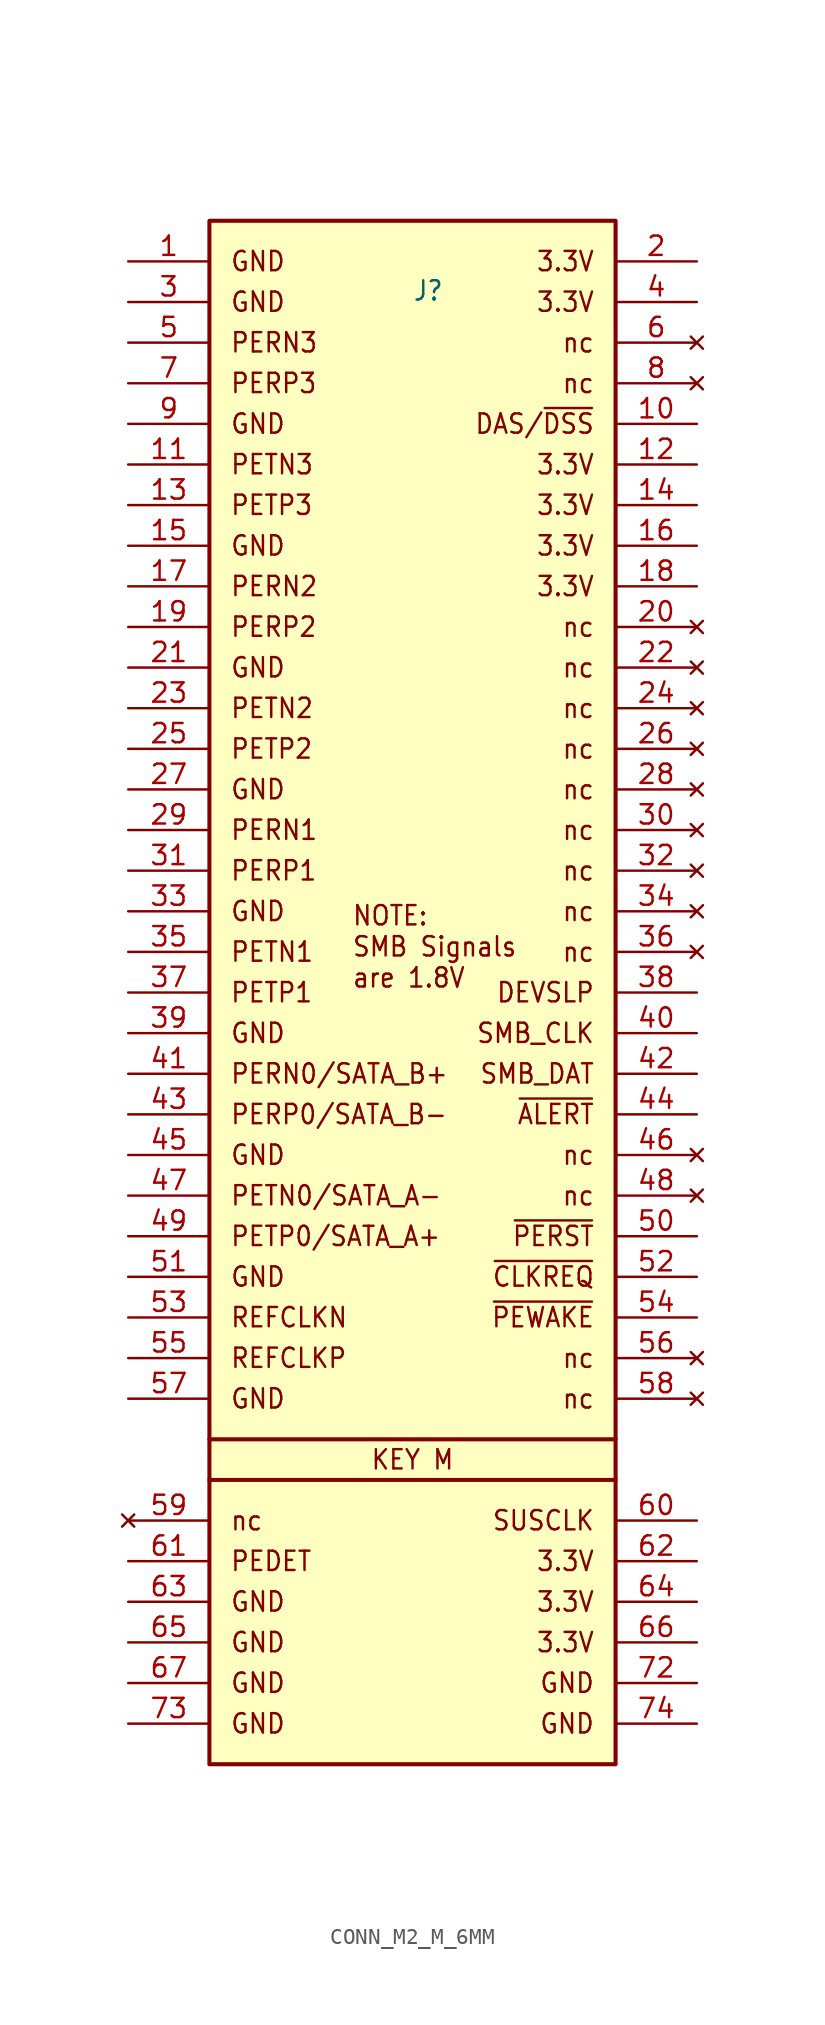
<source format=kicad_sym>
(kicad_symbol_lib
  (version 20231120)
  (generator "kicad_symbol_editor")
  (generator_version "8.0")
  (symbol "CONN_M2_M_6MM"
    (property "Reference" "J"
      (at 17.78 88.9 0)
      (effects (font (size 1.206 1.092) (thickness 0.152)) (justify left bottom)))
    (symbol "CONN_M2_M_6MM_0_1"
      (polyline (pts (xy 5.08 15.24) (xy 30.48 15.24)) (stroke (width 0.254) (type default)) (fill (type none))))
    (symbol "CONN_M2_M_6MM_1_0"
      (polyline (pts (xy 5.08 17.78) (xy 30.48 17.78)) (stroke (width 0.254) (type solid)) (fill (type none)))
      (polyline (pts (xy 5.08 -2.54) (xy 30.48 -2.54) (xy 30.48 93.98) (xy 5.08 93.98) (xy 5.08 -2.54)) (stroke (width 0.254) (type solid)) (fill (type background)))
      (text "3.3V" (at 29.21 5.08 0) (effects (font (size 1.206 1.092) (thickness 0.152)) (justify right)))
      (text "3.3V" (at 29.21 7.62 0) (effects (font (size 1.206 1.092) (thickness 0.152)) (justify right)))
      (text "3.3V" (at 29.21 10.16 0) (effects (font (size 1.206 1.092) (thickness 0.152)) (justify right)))
      (text "3.3V" (at 29.21 71.12 0) (effects (font (size 1.206 1.092) (thickness 0.152)) (justify right)))
      (text "3.3V" (at 29.21 73.66 0) (effects (font (size 1.206 1.092) (thickness 0.152)) (justify right)))
      (text "3.3V" (at 29.21 76.2 0) (effects (font (size 1.206 1.092) (thickness 0.152)) (justify right)))
      (text "3.3V" (at 29.21 78.74 0) (effects (font (size 1.206 1.092) (thickness 0.152)) (justify right)))
      (text "3.3V" (at 29.21 88.9 0) (effects (font (size 1.206 1.092) (thickness 0.152)) (justify right)))
      (text "3.3V" (at 29.21 91.44 0) (effects (font (size 1.206 1.092) (thickness 0.152)) (justify right)))
      (text "are 1.8V" (at 13.97 45.942 0) (effects (font (size 1.206 1.092) (thickness 0.152)) (justify left bottom)))
      (text "DAS/~{DSS}" (at 29.21 81.28 0) (effects (font (size 1.206 1.092) (thickness 0.152)) (justify right)))
      (text "DEVSLP" (at 29.21 45.72 0) (effects (font (size 1.206 1.092) (thickness 0.152)) (justify right)))
      (text "GND" (at 6.35 0 0) (effects (font (size 1.206 1.092) (thickness 0.152)) (justify left)))
      (text "GND" (at 6.35 2.54 0) (effects (font (size 1.206 1.092) (thickness 0.152)) (justify left)))
      (text "GND" (at 6.35 5.08 0) (effects (font (size 1.206 1.092) (thickness 0.152)) (justify left)))
      (text "GND" (at 6.35 7.62 0) (effects (font (size 1.206 1.092) (thickness 0.152)) (justify left)))
      (text "GND" (at 6.35 20.32 0) (effects (font (size 1.206 1.092) (thickness 0.152)) (justify left)))
      (text "GND" (at 6.35 27.94 0) (effects (font (size 1.206 1.092) (thickness 0.152)) (justify left)))
      (text "GND" (at 6.35 35.56 0) (effects (font (size 1.206 1.092) (thickness 0.152)) (justify left)))
      (text "GND" (at 6.35 43.18 0) (effects (font (size 1.206 1.092) (thickness 0.152)) (justify left)))
      (text "GND" (at 6.35 50.8 0) (effects (font (size 1.206 1.092) (thickness 0.152)) (justify left)))
      (text "GND" (at 6.35 58.42 0) (effects (font (size 1.206 1.092) (thickness 0.152)) (justify left)))
      (text "GND" (at 6.35 66.04 0) (effects (font (size 1.206 1.092) (thickness 0.152)) (justify left)))
      (text "GND" (at 6.35 73.66 0) (effects (font (size 1.206 1.092) (thickness 0.152)) (justify left)))
      (text "GND" (at 6.35 81.28 0) (effects (font (size 1.206 1.092) (thickness 0.152)) (justify left)))
      (text "GND" (at 6.35 88.9 0) (effects (font (size 1.206 1.092) (thickness 0.152)) (justify left)))
      (text "GND" (at 6.35 91.44 0) (effects (font (size 1.206 1.092) (thickness 0.152)) (justify left)))
      (text "GND" (at 29.21 0 0) (effects (font (size 1.206 1.092) (thickness 0.152)) (justify right)))
      (text "GND" (at 29.21 2.54 0) (effects (font (size 1.206 1.092) (thickness 0.152)) (justify right)))
      (text "KEY M" (at 17.78 16.51 0) (effects (font (size 1.206 1.092) (thickness 0.152))))
      (text "nc" (at 6.35 12.7 0) (effects (font (size 1.206 1.092) (thickness 0.152)) (justify left)))
      (text "nc" (at 29.21 20.32 0) (effects (font (size 1.206 1.092) (thickness 0.152)) (justify right)))
      (text "nc" (at 29.21 22.86 0) (effects (font (size 1.206 1.092) (thickness 0.152)) (justify right)))
      (text "nc" (at 29.21 33.02 0) (effects (font (size 1.206 1.092) (thickness 0.152)) (justify right)))
      (text "nc" (at 29.21 35.56 0) (effects (font (size 1.206 1.092) (thickness 0.152)) (justify right)))
      (text "nc" (at 29.21 48.26 0) (effects (font (size 1.206 1.092) (thickness 0.152)) (justify right)))
      (text "nc" (at 29.21 50.8 0) (effects (font (size 1.206 1.092) (thickness 0.152)) (justify right)))
      (text "nc" (at 29.21 53.34 0) (effects (font (size 1.206 1.092) (thickness 0.152)) (justify right)))
      (text "nc" (at 29.21 55.88 0) (effects (font (size 1.206 1.092) (thickness 0.152)) (justify right)))
      (text "nc" (at 29.21 58.42 0) (effects (font (size 1.206 1.092) (thickness 0.152)) (justify right)))
      (text "nc" (at 29.21 60.96 0) (effects (font (size 1.206 1.092) (thickness 0.152)) (justify right)))
      (text "nc" (at 29.21 63.5 0) (effects (font (size 1.206 1.092) (thickness 0.152)) (justify right)))
      (text "nc" (at 29.21 66.04 0) (effects (font (size 1.206 1.092) (thickness 0.152)) (justify right)))
      (text "nc" (at 29.21 68.58 0) (effects (font (size 1.206 1.092) (thickness 0.152)) (justify right)))
      (text "nc" (at 29.21 83.82 0) (effects (font (size 1.206 1.092) (thickness 0.152)) (justify right)))
      (text "nc" (at 29.21 86.36 0) (effects (font (size 1.206 1.092) (thickness 0.152)) (justify right)))
      (text "NOTE:" (at 13.97 49.827 0) (effects (font (size 1.206 1.092) (thickness 0.152)) (justify left bottom)))
      (text "PEDET" (at 6.35 10.16 0) (effects (font (size 1.206 1.092) (thickness 0.152)) (justify left)))
      (text "PERN0/SATA_B+" (at 6.35 40.64 0) (effects (font (size 1.206 1.092) (thickness 0.152)) (justify left)))
      (text "PERN1" (at 6.35 55.88 0) (effects (font (size 1.206 1.092) (thickness 0.152)) (justify left)))
      (text "PERN2" (at 6.35 71.12 0) (effects (font (size 1.206 1.092) (thickness 0.152)) (justify left)))
      (text "PERN3" (at 6.35 86.36 0) (effects (font (size 1.206 1.092) (thickness 0.152)) (justify left)))
      (text "PERP0/SATA_B-" (at 6.35 38.1 0) (effects (font (size 1.206 1.092) (thickness 0.152)) (justify left)))
      (text "PERP1" (at 6.35 53.34 0) (effects (font (size 1.206 1.092) (thickness 0.152)) (justify left)))
      (text "PERP2" (at 6.35 68.58 0) (effects (font (size 1.206 1.092) (thickness 0.152)) (justify left)))
      (text "PERP3" (at 6.35 83.82 0) (effects (font (size 1.206 1.092) (thickness 0.152)) (justify left)))
      (text "PETN0/SATA_A-" (at 6.35 33.02 0) (effects (font (size 1.206 1.092) (thickness 0.152)) (justify left)))
      (text "PETN1" (at 6.35 48.26 0) (effects (font (size 1.206 1.092) (thickness 0.152)) (justify left)))
      (text "PETN2" (at 6.35 63.5 0) (effects (font (size 1.206 1.092) (thickness 0.152)) (justify left)))
      (text "PETN3" (at 6.35 78.74 0) (effects (font (size 1.206 1.092) (thickness 0.152)) (justify left)))
      (text "PETP0/SATA_A+" (at 6.35 30.48 0) (effects (font (size 1.206 1.092) (thickness 0.152)) (justify left)))
      (text "PETP1" (at 6.35 45.72 0) (effects (font (size 1.206 1.092) (thickness 0.152)) (justify left)))
      (text "PETP2" (at 6.35 60.96 0) (effects (font (size 1.206 1.092) (thickness 0.152)) (justify left)))
      (text "PETP3" (at 6.35 76.2 0) (effects (font (size 1.206 1.092) (thickness 0.152)) (justify left)))
      (text "REFCLKN" (at 6.35 25.4 0) (effects (font (size 1.206 1.092) (thickness 0.152)) (justify left)))
      (text "REFCLKP" (at 6.35 22.86 0) (effects (font (size 1.206 1.092) (thickness 0.152)) (justify left)))
      (text "SMB Signals" (at 13.97 47.884 0) (effects (font (size 1.206 1.092) (thickness 0.152)) (justify left bottom)))
      (text "SMB_CLK" (at 29.21 43.18 0) (effects (font (size 1.206 1.092) (thickness 0.152)) (justify right)))
      (text "SMB_DAT" (at 29.21 40.64 0) (effects (font (size 1.206 1.092) (thickness 0.152)) (justify right)))
      (text "SUSCLK" (at 29.21 12.7 0) (effects (font (size 1.206 1.092) (thickness 0.152)) (justify right)))
      (text "~{ALERT}" (at 29.21 38.1 0) (effects (font (size 1.206 1.092) (thickness 0.152)) (justify right)))
      (text "~{CLKREQ}" (at 29.21 27.94 0) (effects (font (size 1.206 1.092) (thickness 0.152)) (justify right)))
      (text "~{PERST}" (at 29.21 30.48 0) (effects (font (size 1.206 1.092) (thickness 0.152)) (justify right)))
      (text "~{PEWAKE}" (at 29.21 25.4 0) (effects (font (size 1.206 1.092) (thickness 0.152)) (justify right)))
      (pin power_in line (at 0 91.44 0) (length 5.08) (name "" (effects (font (size 1.206 1.206)))) (number "1" (effects (font (size 1.206 1.206)))))
      (pin passive line (at 35.56 81.28 180) (length 5.08) (name "" (effects (font (size 1.206 1.206)))) (number "10" (effects (font (size 1.206 1.206)))))
      (pin passive line (at 0 78.74 0) (length 5.08) (name "" (effects (font (size 1.206 1.206)))) (number "11" (effects (font (size 1.206 1.206)))))
      (pin power_in line (at 35.56 78.74 180) (length 5.08) (name "" (effects (font (size 1.206 1.206)))) (number "12" (effects (font (size 1.206 1.206)))))
      (pin passive line (at 0 76.2 0) (length 5.08) (name "" (effects (font (size 1.206 1.206)))) (number "13" (effects (font (size 1.206 1.206)))))
      (pin power_in line (at 35.56 76.2 180) (length 5.08) (name "" (effects (font (size 1.206 1.206)))) (number "14" (effects (font (size 1.206 1.206)))))
      (pin power_in line (at 0 73.66 0) (length 5.08) (name "" (effects (font (size 1.206 1.206)))) (number "15" (effects (font (size 1.206 1.206)))))
      (pin power_in line (at 35.56 73.66 180) (length 5.08) (name "" (effects (font (size 1.206 1.206)))) (number "16" (effects (font (size 1.206 1.206)))))
      (pin passive line (at 0 71.12 0) (length 5.08) (name "" (effects (font (size 1.206 1.206)))) (number "17" (effects (font (size 1.206 1.206)))))
      (pin power_in line (at 35.56 71.12 180) (length 5.08) (name "" (effects (font (size 1.206 1.206)))) (number "18" (effects (font (size 1.206 1.206)))))
      (pin passive line (at 0 68.58 0) (length 5.08) (name "" (effects (font (size 1.206 1.206)))) (number "19" (effects (font (size 1.206 1.206)))))
      (pin power_in line (at 35.56 91.44 180) (length 5.08) (name "" (effects (font (size 1.206 1.206)))) (number "2" (effects (font (size 1.206 1.206)))))
      (pin no_connect line (at 35.56 68.58 180) (length 5.08) (name "" (effects (font (size 1.206 1.206)))) (number "20" (effects (font (size 1.206 1.206)))))
      (pin power_in line (at 0 66.04 0) (length 5.08) (name "" (effects (font (size 1.206 1.206)))) (number "21" (effects (font (size 1.206 1.206)))))
      (pin no_connect line (at 35.56 66.04 180) (length 5.08) (name "" (effects (font (size 1.206 1.206)))) (number "22" (effects (font (size 1.206 1.206)))))
      (pin passive line (at 0 63.5 0) (length 5.08) (name "" (effects (font (size 1.206 1.206)))) (number "23" (effects (font (size 1.206 1.206)))))
      (pin no_connect line (at 35.56 63.5 180) (length 5.08) (name "" (effects (font (size 1.206 1.206)))) (number "24" (effects (font (size 1.206 1.206)))))
      (pin passive line (at 0 60.96 0) (length 5.08) (name "" (effects (font (size 1.206 1.206)))) (number "25" (effects (font (size 1.206 1.206)))))
      (pin no_connect line (at 35.56 60.96 180) (length 5.08) (name "" (effects (font (size 1.206 1.206)))) (number "26" (effects (font (size 1.206 1.206)))))
      (pin power_in line (at 0 58.42 0) (length 5.08) (name "" (effects (font (size 1.206 1.206)))) (number "27" (effects (font (size 1.206 1.206)))))
      (pin no_connect line (at 35.56 58.42 180) (length 5.08) (name "" (effects (font (size 1.206 1.206)))) (number "28" (effects (font (size 1.206 1.206)))))
      (pin passive line (at 0 55.88 0) (length 5.08) (name "" (effects (font (size 1.206 1.206)))) (number "29" (effects (font (size 1.206 1.206)))))
      (pin power_in line (at 0 88.9 0) (length 5.08) (name "" (effects (font (size 1.206 1.206)))) (number "3" (effects (font (size 1.206 1.206)))))
      (pin no_connect line (at 35.56 55.88 180) (length 5.08) (name "" (effects (font (size 1.206 1.206)))) (number "30" (effects (font (size 1.206 1.206)))))
      (pin passive line (at 0 53.34 0) (length 5.08) (name "" (effects (font (size 1.206 1.206)))) (number "31" (effects (font (size 1.206 1.206)))))
      (pin no_connect line (at 35.56 53.34 180) (length 5.08) (name "" (effects (font (size 1.206 1.206)))) (number "32" (effects (font (size 1.206 1.206)))))
      (pin power_in line (at 0 50.8 0) (length 5.08) (name "" (effects (font (size 1.206 1.206)))) (number "33" (effects (font (size 1.206 1.206)))))
      (pin no_connect line (at 35.56 50.8 180) (length 5.08) (name "" (effects (font (size 1.206 1.206)))) (number "34" (effects (font (size 1.206 1.206)))))
      (pin passive line (at 0 48.26 0) (length 5.08) (name "" (effects (font (size 1.206 1.206)))) (number "35" (effects (font (size 1.206 1.206)))))
      (pin no_connect line (at 35.56 48.26 180) (length 5.08) (name "" (effects (font (size 1.206 1.206)))) (number "36" (effects (font (size 1.206 1.206)))))
      (pin passive line (at 0 45.72 0) (length 5.08) (name "" (effects (font (size 1.206 1.206)))) (number "37" (effects (font (size 1.206 1.206)))))
      (pin passive line (at 35.56 45.72 180) (length 5.08) (name "" (effects (font (size 1.206 1.206)))) (number "38" (effects (font (size 1.206 1.206)))))
      (pin power_in line (at 0 43.18 0) (length 5.08) (name "" (effects (font (size 1.206 1.206)))) (number "39" (effects (font (size 1.206 1.206)))))
      (pin power_in line (at 35.56 88.9 180) (length 5.08) (name "" (effects (font (size 1.206 1.206)))) (number "4" (effects (font (size 1.206 1.206)))))
      (pin passive line (at 35.56 43.18 180) (length 5.08) (name "" (effects (font (size 1.206 1.206)))) (number "40" (effects (font (size 1.206 1.206)))))
      (pin passive line (at 0 40.64 0) (length 5.08) (name "" (effects (font (size 1.206 1.206)))) (number "41" (effects (font (size 1.206 1.206)))))
      (pin passive line (at 35.56 40.64 180) (length 5.08) (name "" (effects (font (size 1.206 1.206)))) (number "42" (effects (font (size 1.206 1.206)))))
      (pin passive line (at 0 38.1 0) (length 5.08) (name "" (effects (font (size 1.206 1.206)))) (number "43" (effects (font (size 1.206 1.206)))))
      (pin passive line (at 35.56 38.1 180) (length 5.08) (name "" (effects (font (size 1.206 1.206)))) (number "44" (effects (font (size 1.206 1.206)))))
      (pin power_in line (at 0 35.56 0) (length 5.08) (name "" (effects (font (size 1.206 1.206)))) (number "45" (effects (font (size 1.206 1.206)))))
      (pin no_connect line (at 35.56 35.56 180) (length 5.08) (name "" (effects (font (size 1.206 1.206)))) (number "46" (effects (font (size 1.206 1.206)))))
      (pin passive line (at 0 33.02 0) (length 5.08) (name "" (effects (font (size 1.206 1.206)))) (number "47" (effects (font (size 1.206 1.206)))))
      (pin no_connect line (at 35.56 33.02 180) (length 5.08) (name "" (effects (font (size 1.206 1.206)))) (number "48" (effects (font (size 1.206 1.206)))))
      (pin passive line (at 0 30.48 0) (length 5.08) (name "" (effects (font (size 1.206 1.206)))) (number "49" (effects (font (size 1.206 1.206)))))
      (pin passive line (at 0 86.36 0) (length 5.08) (name "" (effects (font (size 1.206 1.206)))) (number "5" (effects (font (size 1.206 1.206)))))
      (pin passive line (at 35.56 30.48 180) (length 5.08) (name "" (effects (font (size 1.206 1.206)))) (number "50" (effects (font (size 1.206 1.206)))))
      (pin power_in line (at 0 27.94 0) (length 5.08) (name "" (effects (font (size 1.206 1.206)))) (number "51" (effects (font (size 1.206 1.206)))))
      (pin passive line (at 35.56 27.94 180) (length 5.08) (name "" (effects (font (size 1.206 1.206)))) (number "52" (effects (font (size 1.206 1.206)))))
      (pin passive line (at 0 25.4 0) (length 5.08) (name "" (effects (font (size 1.206 1.206)))) (number "53" (effects (font (size 1.206 1.206)))))
      (pin passive line (at 35.56 25.4 180) (length 5.08) (name "" (effects (font (size 1.206 1.206)))) (number "54" (effects (font (size 1.206 1.206)))))
      (pin passive line (at 0 22.86 0) (length 5.08) (name "" (effects (font (size 1.206 1.206)))) (number "55" (effects (font (size 1.206 1.206)))))
      (pin no_connect line (at 35.56 22.86 180) (length 5.08) (name "" (effects (font (size 1.206 1.206)))) (number "56" (effects (font (size 1.206 1.206)))))
      (pin power_in line (at 0 20.32 0) (length 5.08) (name "" (effects (font (size 1.206 1.206)))) (number "57" (effects (font (size 1.206 1.206)))))
      (pin no_connect line (at 35.56 20.32 180) (length 5.08) (name "" (effects (font (size 1.206 1.206)))) (number "58" (effects (font (size 1.206 1.206)))))
      (pin no_connect line (at 0 12.7 0) (length 5.08) (name "" (effects (font (size 1.206 1.206)))) (number "59" (effects (font (size 1.206 1.206)))))
      (pin no_connect line (at 35.56 86.36 180) (length 5.08) (name "" (effects (font (size 1.206 1.206)))) (number "6" (effects (font (size 1.206 1.206)))))
      (pin passive line (at 35.56 12.7 180) (length 5.08) (name "" (effects (font (size 1.206 1.206)))) (number "60" (effects (font (size 1.206 1.206)))))
      (pin passive line (at 0 10.16 0) (length 5.08) (name "" (effects (font (size 1.206 1.206)))) (number "61" (effects (font (size 1.206 1.206)))))
      (pin power_in line (at 35.56 10.16 180) (length 5.08) (name "" (effects (font (size 1.206 1.206)))) (number "62" (effects (font (size 1.206 1.206)))))
      (pin power_in line (at 0 7.62 0) (length 5.08) (name "" (effects (font (size 1.206 1.206)))) (number "63" (effects (font (size 1.206 1.206)))))
      (pin power_in line (at 35.56 7.62 180) (length 5.08) (name "" (effects (font (size 1.206 1.206)))) (number "64" (effects (font (size 1.206 1.206)))))
      (pin power_in line (at 0 5.08 0) (length 5.08) (name "" (effects (font (size 1.206 1.206)))) (number "65" (effects (font (size 1.206 1.206)))))
      (pin power_in line (at 35.56 5.08 180) (length 5.08) (name "" (effects (font (size 1.206 1.206)))) (number "66" (effects (font (size 1.206 1.206)))))
      (pin power_in line (at 0 2.54 0) (length 5.08) (name "" (effects (font (size 1.206 1.206)))) (number "67" (effects (font (size 1.206 1.206)))))
      (pin passive line (at 0 83.82 0) (length 5.08) (name "" (effects (font (size 1.206 1.206)))) (number "7" (effects (font (size 1.206 1.206)))))
      (pin power_in line (at 35.56 2.54 180) (length 5.08) (name "" (effects (font (size 1.206 1.206)))) (number "72" (effects (font (size 1.206 1.206)))))
      (pin power_in line (at 0 0 0) (length 5.08) (name "" (effects (font (size 1.206 1.206)))) (number "73" (effects (font (size 1.206 1.206)))))
      (pin power_in line (at 35.56 0 180) (length 5.08) (name "" (effects (font (size 1.206 1.206)))) (number "74" (effects (font (size 1.206 1.206)))))
      (pin no_connect line (at 35.56 83.82 180) (length 5.08) (name "" (effects (font (size 1.206 1.206)))) (number "8" (effects (font (size 1.206 1.206)))))
      (pin power_in line (at 0 81.28 0) (length 5.08) (name "" (effects (font (size 1.206 1.206)))) (number "9" (effects (font (size 1.206 1.206))))))))
</source>
